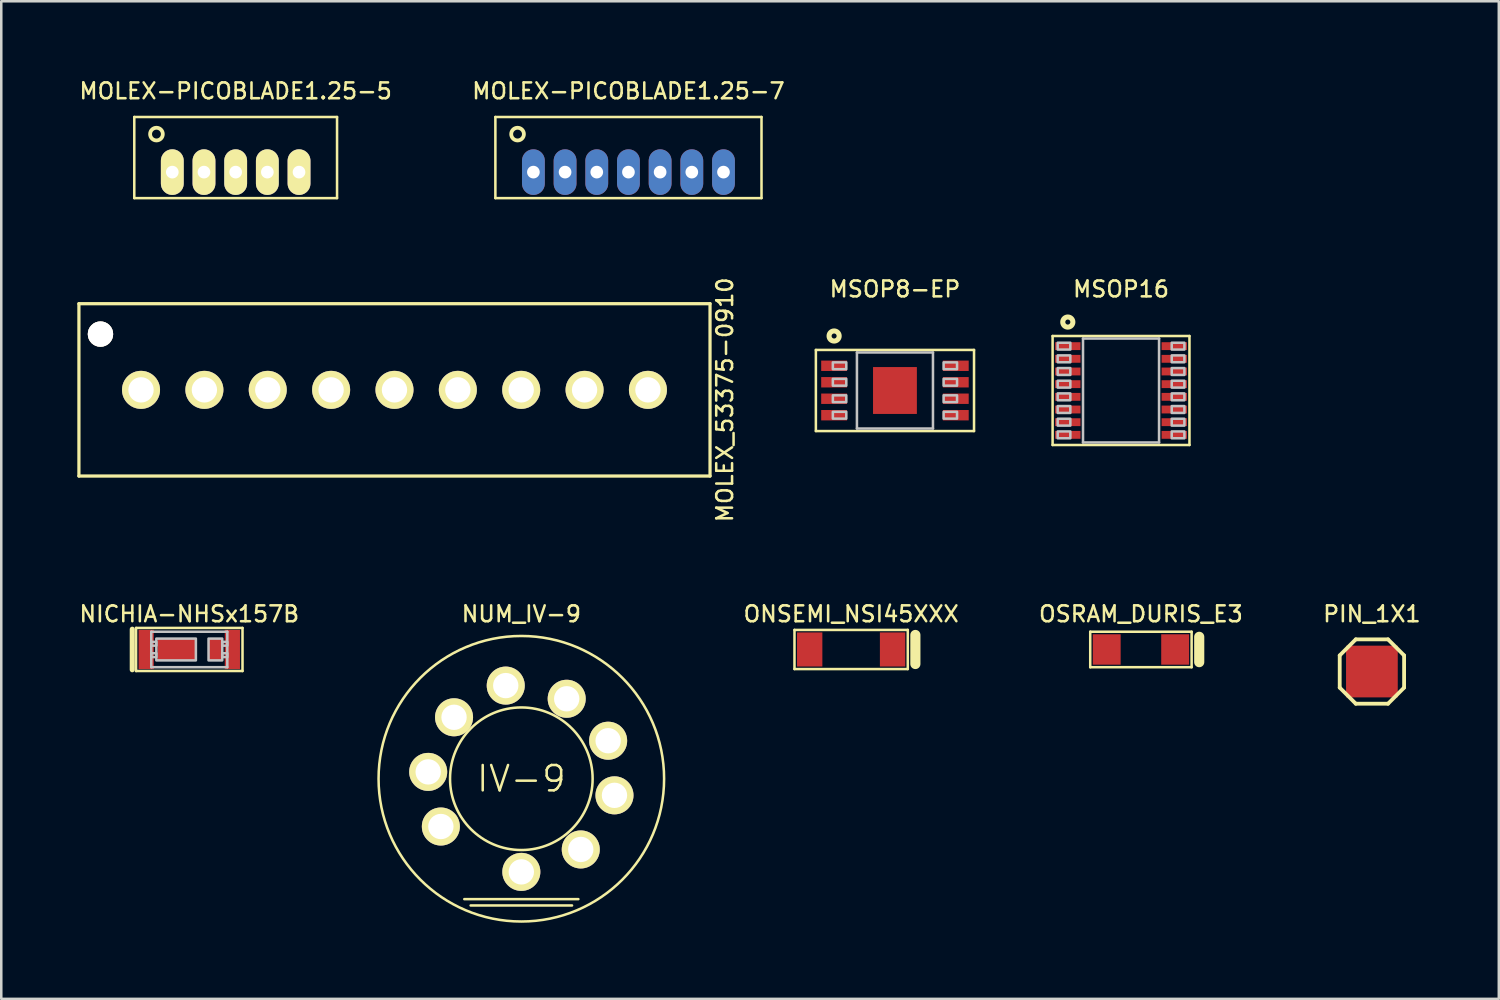
<source format=kicad_pcb>
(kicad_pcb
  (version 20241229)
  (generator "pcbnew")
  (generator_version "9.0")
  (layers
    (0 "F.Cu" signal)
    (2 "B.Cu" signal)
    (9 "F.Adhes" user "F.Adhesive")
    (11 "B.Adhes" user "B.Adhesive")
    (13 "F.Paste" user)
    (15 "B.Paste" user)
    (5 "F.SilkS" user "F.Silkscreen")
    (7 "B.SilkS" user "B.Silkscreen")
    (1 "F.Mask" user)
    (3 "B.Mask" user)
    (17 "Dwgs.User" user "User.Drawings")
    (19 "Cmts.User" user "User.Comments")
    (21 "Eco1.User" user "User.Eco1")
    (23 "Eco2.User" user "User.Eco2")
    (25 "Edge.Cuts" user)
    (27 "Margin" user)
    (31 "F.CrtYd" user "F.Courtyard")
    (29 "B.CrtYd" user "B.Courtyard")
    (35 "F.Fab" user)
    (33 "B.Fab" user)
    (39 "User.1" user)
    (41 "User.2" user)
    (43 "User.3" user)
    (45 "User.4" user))
  (footprint "NUM_IV-9"
    (layer "F.Cu")
    (at 17.519 27.675)
    (property "Reference" "NUM_IV-9" (at 0 -6.5 0) (layer "F.SilkS") (effects (font (size 0.625 0.625) (thickness 0.1))))
    (attr through_hole)
    (fp_line (start -2.25 4.75) (end 2.25 4.75) (stroke (width 0.1) (type solid)) (layer "F.SilkS"))
    (fp_line (start -2 5) (end 2 5) (stroke (width 0.1) (type solid)) (layer "F.SilkS"))
    (fp_circle (center 0 0) (end 1.989 1.989) (stroke (width 0.1) (type solid)) (fill no) (layer "F.SilkS"))
    (fp_circle (center 0 0) (end 3.983 3.983) (stroke (width 0.1) (type solid)) (fill no) (layer "F.SilkS"))
    (fp_text user "IV-9" (at 0 0 0) (layer "F.SilkS") (effects (font (size 1 1) (thickness 0.1))))
    (pad "1" thru_hole circle (at 0 3.675) (size 1.5 1.5) (drill 1) (layers "*.Cu" "*.Mask" "F.SilkS"))
    (pad "2" thru_hole circle (at 2.345 2.79) (size 1.5 1.5) (drill 1) (layers "*.Cu" "*.Mask" "F.SilkS"))
    (pad "3" thru_hole circle (at 3.675 0.655) (size 1.5 1.5) (drill 1) (layers "*.Cu" "*.Mask" "F.SilkS"))
    (pad "4" thru_hole circle (at 3.425 -1.5) (size 1.5 1.5) (drill 1) (layers "*.Cu" "*.Mask" "F.SilkS"))
    (pad "5" thru_hole circle (at 1.79 -3.155) (size 1.5 1.5) (drill 1) (layers "*.Cu" "*.Mask" "F.SilkS"))
    (pad "6" thru_hole circle (at -0.615 -3.675) (size 1.5 1.5) (drill 1) (layers "*.Cu" "*.Mask" "F.SilkS"))
    (pad "7" thru_hole circle (at -2.655 -2.425) (size 1.5 1.5) (drill 1) (layers "*.Cu" "*.Mask" "F.SilkS"))
    (pad "8" thru_hole circle (at -3.675 -0.27) (size 1.5 1.5) (drill 1) (layers "*.Cu" "*.Mask" "F.SilkS"))
    (pad "9" thru_hole circle (at -3.175 1.885) (size 1.5 1.5) (drill 1) (layers "*.Cu" "*.Mask" "F.SilkS")))
  (footprint "MSOP8-EP"
    (layer "F.Cu")
    (at 32.26 12.357)
    (property "Reference" "MSOP8-EP" (at 0 -4 0) (layer "F.SilkS") (effects (font (size 0.625 0.625) (thickness 0.1))))
    (attr through_hole)
    (fp_line (start -3.12 -1.6) (end -3.12 1.6) (stroke (width 0.1) (type solid)) (layer "F.SilkS"))
    (fp_line (start -3.12 1.6) (end 3.12 1.6) (stroke (width 0.1) (type solid)) (layer "F.SilkS"))
    (fp_line (start 3.12 -1.6) (end -3.12 -1.6) (stroke (width 0.1) (type solid)) (layer "F.SilkS"))
    (fp_line (start 3.12 1.6) (end 3.12 -1.6) (stroke (width 0.1) (type solid)) (layer "F.SilkS"))
    (fp_circle (center -2.4 -2.15) (end -2.259 -2.009) (stroke (width 0.2) (type solid)) (fill no) (layer "F.SilkS"))
    (fp_line (start -1.5 -1.5) (end -1.5 1.5) (stroke (width 0.1) (type solid)) (layer "Dwgs.User"))
    (fp_line (start -1.5 1.5) (end 1.5 1.5) (stroke (width 0.1) (type solid)) (layer "Dwgs.User"))
    (fp_line (start 1.5 -1.5) (end -1.5 -1.5) (stroke (width 0.1) (type solid)) (layer "Dwgs.User"))
    (fp_line (start 1.5 1.5) (end 1.5 -1.5) (stroke (width 0.1) (type solid)) (layer "Dwgs.User"))
    (fp_poly (pts (xy -2.45 -1.11) (xy -2.45 -0.84) (xy -1.92 -0.84) (xy -1.92 -1.11) (xy -2.45 -1.11)) (stroke (width 0.1) (type solid)) (fill no) (layer "Dwgs.User"))
    (fp_poly (pts (xy -2.45 -0.46) (xy -2.45 -0.19) (xy -1.92 -0.19) (xy -1.92 -0.46) (xy -2.45 -0.46)) (stroke (width 0.1) (type solid)) (fill no) (layer "Dwgs.User"))
    (fp_poly (pts (xy -2.45 0.19) (xy -2.45 0.46) (xy -1.92 0.46) (xy -1.92 0.19) (xy -2.45 0.19)) (stroke (width 0.1) (type solid)) (fill no) (layer "Dwgs.User"))
    (fp_poly (pts (xy -2.45 0.84) (xy -2.45 1.11) (xy -1.92 1.11) (xy -1.92 0.84) (xy -2.45 0.84)) (stroke (width 0.1) (type solid)) (fill no) (layer "Dwgs.User"))
    (fp_poly (pts (xy 1.92 -1.11) (xy 1.92 -0.84) (xy 2.45 -0.84) (xy 2.45 -1.11) (xy 1.92 -1.11)) (stroke (width 0.1) (type solid)) (fill no) (layer "Dwgs.User"))
    (fp_poly (pts (xy 1.92 -0.46) (xy 1.92 -0.19) (xy 2.45 -0.19) (xy 2.45 -0.46) (xy 1.92 -0.46)) (stroke (width 0.1) (type solid)) (fill no) (layer "Dwgs.User"))
    (fp_poly (pts (xy 1.92 0.19) (xy 1.92 0.46) (xy 2.45 0.46) (xy 2.45 0.19) (xy 1.92 0.19)) (stroke (width 0.1) (type solid)) (fill no) (layer "Dwgs.User"))
    (fp_poly (pts (xy 1.92 0.84) (xy 1.92 1.11) (xy 2.45 1.11) (xy 2.45 0.84) (xy 1.92 0.84)) (stroke (width 0.1) (type solid)) (fill no) (layer "Dwgs.User"))
    (pad "1" smd rect (at -2.4 -0.975 180) (size 1.02 0.41) (layers "F.Cu" "F.Mask" "F.Paste"))
    (pad "2" smd rect (at -2.4 -0.325 180) (size 1.02 0.41) (layers "F.Cu" "F.Mask" "F.Paste"))
    (pad "3" smd rect (at -2.4 0.325 180) (size 1.02 0.41) (layers "F.Cu" "F.Mask" "F.Paste"))
    (pad "4" smd rect (at -2.4 0.975 180) (size 1.02 0.41) (layers "F.Cu" "F.Mask" "F.Paste"))
    (pad "5" smd rect (at 2.4 0.975) (size 1.02 0.41) (layers "F.Cu" "F.Mask" "F.Paste"))
    (pad "6" smd rect (at 2.4 0.325) (size 1.02 0.41) (layers "F.Cu" "F.Mask" "F.Paste"))
    (pad "7" smd rect (at 2.4 -0.325) (size 1.02 0.41) (layers "F.Cu" "F.Mask" "F.Paste"))
    (pad "8" smd rect (at 2.4 -0.975) (size 1.02 0.41) (layers "F.Cu" "F.Mask" "F.Paste"))
    (pad "9" smd rect (at 0 0) (size 1.73 1.85) (layers "F.Cu" "F.Mask" "F.Paste")))
  (footprint "MOLEX-PICOBLADE1.25-5"
    (layer "F.Cu")
    (at 6.248 3.741)
    (property "Reference" "MOLEX-PICOBLADE1.25-5" (at 0 -3.2 0) (layer "F.SilkS") (effects (font (size 0.625 0.625) (thickness 0.1))))
    (attr through_hole)
    (fp_line (start -4 -2.175) (end -4 1.025) (stroke (width 0.1) (type solid)) (layer "F.SilkS"))
    (fp_line (start -4 1.025) (end 4 1.025) (stroke (width 0.1) (type solid)) (layer "F.SilkS"))
    (fp_line (start 4 -2.175) (end -4 -2.175) (stroke (width 0.1) (type solid)) (layer "F.SilkS"))
    (fp_line (start 4 1.025) (end 4 -2.175) (stroke (width 0.1) (type solid)) (layer "F.SilkS"))
    (fp_circle (center -3.125 -1.5) (end -2.948 -1.323) (stroke (width 0.15) (type solid)) (fill no) (layer "F.SilkS"))
    (pad "1" thru_hole oval (at -2.5 0 90) (size 1.8 0.9) (drill 0.5) (layers "*.Cu" "*.Mask" "F.SilkS"))
    (pad "2" thru_hole oval (at -1.25 0 90) (size 1.8 0.9) (drill 0.5) (layers "*.Cu" "*.Mask" "F.SilkS"))
    (pad "3" thru_hole oval (at 0 0 90) (size 1.8 0.9) (drill 0.5) (layers "*.Cu" "*.Mask" "F.SilkS"))
    (pad "4" thru_hole oval (at 1.25 0 90) (size 1.8 0.9) (drill 0.5) (layers "*.Cu" "*.Mask" "F.SilkS"))
    (pad "5" thru_hole oval (at 2.5 0 90) (size 1.8 0.9) (drill 0.5) (layers "*.Cu" "*.Mask" "F.SilkS")))
  (footprint "PIN_1X1"
    (layer "F.Cu")
    (at 51.078 23.445)
    (property "Reference" "PIN_1X1" (at 0 -2.27 0) (layer "F.SilkS") (effects (font (size 0.625 0.625) (thickness 0.1))))
    (attr through_hole)
    (fp_line (start -1.27 -0.635) (end -1.27 0.635) (stroke (width 0.15) (type solid)) (layer "F.SilkS"))
    (fp_line (start -1.27 0.635) (end -0.635 1.27) (stroke (width 0.15) (type solid)) (layer "F.SilkS"))
    (fp_line (start -0.635 -1.27) (end -1.27 -0.635) (stroke (width 0.15) (type solid)) (layer "F.SilkS"))
    (fp_line (start -0.635 1.27) (end 0.635 1.27) (stroke (width 0.15) (type solid)) (layer "F.SilkS"))
    (fp_line (start 0.635 -1.27) (end -0.635 -1.27) (stroke (width 0.15) (type solid)) (layer "F.SilkS"))
    (fp_line (start 0.635 1.27) (end 1.27 0.635) (stroke (width 0.15) (type solid)) (layer "F.SilkS"))
    (fp_line (start 1.27 -0.635) (end 0.635 -1.27) (stroke (width 0.15) (type solid)) (layer "F.SilkS"))
    (fp_line (start 1.27 0.635) (end 1.27 -0.635) (stroke (width 0.15) (type solid)) (layer "F.SilkS"))
    (pad "1" smd rect (at 0 0) (size 2.04 2.04) (layers "F.Cu" "F.Mask" "F.Paste")))
  (footprint "MOLEX-PICOBLADE1.25-7"
    (layer "F.Cu")
    (at 21.745 3.741)
    (property "Reference" "MOLEX-PICOBLADE1.25-7" (at 0 -3.2 0) (layer "F.SilkS") (effects (font (size 0.625 0.625) (thickness 0.1))))
    (attr through_hole)
    (fp_line (start -5.25 -2.175) (end -5.25 1.025) (stroke (width 0.1) (type solid)) (layer "F.SilkS"))
    (fp_line (start -5.25 1.025) (end 5.25 1.025) (stroke (width 0.1) (type solid)) (layer "F.SilkS"))
    (fp_line (start 5.25 -2.175) (end -5.25 -2.175) (stroke (width 0.1) (type solid)) (layer "F.SilkS"))
    (fp_line (start 5.25 1.025) (end 5.25 -2.175) (stroke (width 0.1) (type solid)) (layer "F.SilkS"))
    (fp_circle (center -4.375 -1.5) (end -4.198 -1.323) (stroke (width 0.15) (type solid)) (fill no) (layer "F.SilkS"))
    (pad "1" thru_hole oval (at -3.75 0 90) (size 1.8 0.9) (drill 0.5) (layers "*.Cu" "*.Mask"))
    (pad "2" thru_hole oval (at -2.5 0 90) (size 1.8 0.9) (drill 0.5) (layers "*.Cu" "*.Mask"))
    (pad "3" thru_hole oval (at -1.25 0 90) (size 1.8 0.9) (drill 0.5) (layers "*.Cu" "*.Mask"))
    (pad "4" thru_hole oval (at 0 0 90) (size 1.8 0.9) (drill 0.5) (layers "*.Cu" "*.Mask"))
    (pad "5" thru_hole oval (at 1.25 0 90) (size 1.8 0.9) (drill 0.5) (layers "*.Cu" "*.Mask"))
    (pad "6" thru_hole oval (at 2.5 0 90) (size 1.8 0.9) (drill 0.5) (layers "*.Cu" "*.Mask"))
    (pad "7" thru_hole oval (at 3.75 0 90) (size 1.8 0.9) (drill 0.5) (layers "*.Cu" "*.Mask")))
  (footprint "MOLEX_53375-0910"
    (layer "F.Cu")
    (at 12.514 12.332)
    (property "Reference" "MOLEX_53375-0910" (at 13.035 0.393 90) (layer "F.SilkS") (effects (font (size 0.625 0.625) (thickness 0.1))))
    (attr through_hole)
    (fp_line (start -12.45 -3.4) (end 12.45 -3.4) (stroke (width 0.127) (type solid)) (layer "F.SilkS"))
    (fp_line (start -12.45 3.4) (end -12.45 -3.4) (stroke (width 0.127) (type solid)) (layer "F.SilkS"))
    (fp_line (start 12.45 -3.4) (end 12.45 3.4) (stroke (width 0.127) (type solid)) (layer "F.SilkS"))
    (fp_line (start 12.45 3.4) (end -12.45 3.4) (stroke (width 0.127) (type solid)) (layer "F.SilkS"))
    (pad "1" thru_hole circle (at -10 0) (size 1.5 1.5) (drill 1) (layers "*.Cu" "*.Mask" "F.SilkS"))
    (pad "2" thru_hole circle (at -7.5 0) (size 1.5 1.5) (drill 1) (layers "*.Cu" "*.Mask" "F.SilkS"))
    (pad "3" thru_hole circle (at -5 0) (size 1.5 1.5) (drill 1) (layers "*.Cu" "*.Mask" "F.SilkS"))
    (pad "4" thru_hole circle (at -2.5 0) (size 1.5 1.5) (drill 1) (layers "*.Cu" "*.Mask" "F.SilkS"))
    (pad "5" thru_hole circle (at 0 0) (size 1.5 1.5) (drill 1) (layers "*.Cu" "*.Mask" "F.SilkS"))
    (pad "6" thru_hole circle (at 2.5 0) (size 1.5 1.5) (drill 1) (layers "*.Cu" "*.Mask" "F.SilkS"))
    (pad "7" thru_hole circle (at 5 0) (size 1.5 1.5) (drill 1) (layers "*.Cu" "*.Mask" "F.SilkS"))
    (pad "8" thru_hole circle (at 7.5 0) (size 1.5 1.5) (drill 1) (layers "*.Cu" "*.Mask" "F.SilkS"))
    (pad "9" thru_hole circle (at 10 0) (size 1.5 1.5) (drill 1) (layers "*.Cu" "*.Mask" "F.SilkS"))
    (pad "10" thru_hole circle (at -11.6 -2.2) (size 1 1) (drill 1) (layers "*.Cu" "*.Mask" "F.SilkS")))
  (footprint "NICHIA-NHSx157B"
    (layer "F.Cu")
    (at 4.418 22.575)
    (property "Reference" "NICHIA-NHSx157B" (at 0 -1.4 0) (layer "F.SilkS") (effects (font (size 0.625 0.625) (thickness 0.1))))
    (attr through_hole)
    (fp_poly (pts (xy -1.7 -0.5) (xy -1.7 0.5) (xy -0.7 0.5) (xy -0.7 -0.5) (xy -1.7 -0.5)) (stroke (width 0) (type solid)) (fill yes) (layer "F.Mask"))
    (fp_poly (pts (xy 0.8 -0.5) (xy 0.8 0.5) (xy 1.8 0.5) (xy 1.8 -0.5) (xy 0.8 -0.5)) (stroke (width 0) (type solid)) (fill yes) (layer "F.Mask"))
    (fp_line (start -2.25 0.8) (end -2.25 -0.8) (stroke (width 0.2) (type solid)) (layer "F.SilkS"))
    (fp_line (start -2.1 -0.85) (end -2.1 0.85) (stroke (width 0.1) (type solid)) (layer "F.SilkS"))
    (fp_line (start -2.1 0.85) (end 2.1 0.85) (stroke (width 0.1) (type solid)) (layer "F.SilkS"))
    (fp_line (start 2.1 -0.85) (end -2.1 -0.85) (stroke (width 0.1) (type solid)) (layer "F.SilkS"))
    (fp_line (start 2.1 0.85) (end 2.1 -0.85) (stroke (width 0.1) (type solid)) (layer "F.SilkS"))
    (fp_line (start -1.5 -0.7) (end -1.5 0.7) (stroke (width 0.1) (type solid)) (layer "Dwgs.User"))
    (fp_line (start -1.5 -0.7) (end 1.5 -0.7) (stroke (width 0.1) (type solid)) (layer "Dwgs.User"))
    (fp_line (start -1.5 0.7) (end 1.5 0.7) (stroke (width 0.1) (type solid)) (layer "Dwgs.User"))
    (fp_line (start 1.5 -0.7) (end 1.5 0.7) (stroke (width 0.1) (type solid)) (layer "Dwgs.User"))
    (fp_poly (pts (xy -1.5 -0.3) (xy -1.5 -0.15) (xy -1.3 -0.15) (xy -1.3 -0.3) (xy -1.5 -0.3)) (stroke (width 0.1) (type solid)) (fill no) (layer "Dwgs.User"))
    (fp_poly (pts (xy -1.5 0.15) (xy -1.5 0.3) (xy -1.3 0.3) (xy -1.3 0.15) (xy -1.5 0.15)) (stroke (width 0.1) (type solid)) (fill no) (layer "Dwgs.User"))
    (fp_poly (pts (xy -1.3 -0.43) (xy -1.3 0.43) (xy 0.26 0.43) (xy 0.26 -0.43) (xy -1.3 -0.43)) (stroke (width 0.1) (type solid)) (fill no) (layer "Dwgs.User"))
    (fp_poly (pts (xy 0.76 -0.43) (xy 0.76 0.43) (xy 1.3 0.43) (xy 1.3 -0.43) (xy 0.76 -0.43)) (stroke (width 0.1) (type solid)) (fill no) (layer "Dwgs.User"))
    (fp_poly (pts (xy 1.3 -0.3) (xy 1.3 -0.15) (xy 1.5 -0.15) (xy 1.5 -0.3) (xy 1.3 -0.3)) (stroke (width 0.1) (type solid)) (fill no) (layer "Dwgs.User"))
    (fp_poly (pts (xy 1.3 0.15) (xy 1.3 0.3) (xy 1.5 0.3) (xy 1.5 0.15) (xy 1.3 0.15)) (stroke (width 0.1) (type solid)) (fill no) (layer "Dwgs.User"))
    (pad "1" smd rect (at 1.005 0) (size 0.49 0.86) (layers "F.Cu" "F.Mask" "F.Paste"))
    (pad "2" smd rect (at -0.495 0) (size 1.51 0.86) (layers "F.Cu" "F.Mask" "F.Paste"))
    (pad "3" smd rect (at 1.7 0) (size 0.6 1.55) (layers "F.Cu" "F.Mask" "F.Paste"))
    (pad "4" smd rect (at -1.7 0) (size 0.6 1.55) (layers "F.Cu" "F.Mask" "F.Paste")))
  (footprint "ONSEMI_NSI45XXX"
    (layer "F.Cu")
    (at 30.531 22.575)
    (property "Reference" "ONSEMI_NSI45XXX" (at 0 -1.4 0) (layer "F.SilkS") (effects (font (size 0.625 0.625) (thickness 0.1))))
    (attr through_hole)
    (fp_line (start -2.235 -0.772) (end -2.235 0.772) (stroke (width 0.1) (type solid)) (layer "F.SilkS"))
    (fp_line (start -2.235 0.772) (end 2.235 0.772) (stroke (width 0.1) (type solid)) (layer "F.SilkS"))
    (fp_line (start 2.235 -0.772) (end -2.235 -0.772) (stroke (width 0.1) (type solid)) (layer "F.SilkS"))
    (fp_line (start 2.235 0.772) (end 2.235 -0.772) (stroke (width 0.1) (type solid)) (layer "F.SilkS"))
    (fp_line (start 2.535 0.573) (end 2.535 -0.573) (stroke (width 0.4) (type solid)) (layer "F.SilkS"))
    (pad "1" smd rect (at -1.635 0) (size 1 1.345) (layers "F.Cu" "F.Mask" "F.Paste"))
    (pad "2" smd rect (at 1.635 0) (size 1 1.345) (layers "F.Cu" "F.Mask" "F.Paste")))
  (footprint "MSOP16"
    (layer "F.Cu")
    (at 41.18 12.357)
    (property "Reference" "MSOP16" (at 0 -4 0) (layer "F.SilkS") (effects (font (size 0.625 0.625) (thickness 0.1))))
    (attr through_hole)
    (fp_line (start -2.7 -2.15) (end -2.7 2.15) (stroke (width 0.1) (type solid)) (layer "F.SilkS"))
    (fp_line (start -2.7 2.15) (end 2.7 2.15) (stroke (width 0.1) (type solid)) (layer "F.SilkS"))
    (fp_line (start 2.7 -2.15) (end -2.7 -2.15) (stroke (width 0.1) (type solid)) (layer "F.SilkS"))
    (fp_line (start 2.7 2.15) (end 2.7 -2.15) (stroke (width 0.1) (type solid)) (layer "F.SilkS"))
    (fp_circle (center -2.1 -2.7) (end -1.959 -2.559) (stroke (width 0.2) (type solid)) (fill no) (layer "F.SilkS"))
    (fp_line (start -1.5 -2.05) (end -1.5 2.05) (stroke (width 0.1) (type solid)) (layer "Dwgs.User"))
    (fp_line (start -1.5 2.05) (end 1.5 2.05) (stroke (width 0.1) (type solid)) (layer "Dwgs.User"))
    (fp_line (start 1.5 -2.05) (end -1.5 -2.05) (stroke (width 0.1) (type solid)) (layer "Dwgs.User"))
    (fp_line (start 1.5 2.05) (end 1.5 -2.05) (stroke (width 0.1) (type solid)) (layer "Dwgs.User"))
    (fp_poly (pts (xy -2.5 -1.885) (xy -2.5 -1.615) (xy -2 -1.615) (xy -2 -1.885) (xy -2.5 -1.885)) (stroke (width 0.1) (type solid)) (fill no) (layer "Dwgs.User"))
    (fp_poly (pts (xy -2.5 -1.385) (xy -2.5 -1.115) (xy -2 -1.115) (xy -2 -1.385) (xy -2.5 -1.385)) (stroke (width 0.1) (type solid)) (fill no) (layer "Dwgs.User"))
    (fp_poly (pts (xy -2.5 -0.885) (xy -2.5 -0.615) (xy -2 -0.615) (xy -2 -0.885) (xy -2.5 -0.885)) (stroke (width 0.1) (type solid)) (fill no) (layer "Dwgs.User"))
    (fp_poly (pts (xy -2.5 -0.385) (xy -2.5 -0.115) (xy -2 -0.115) (xy -2 -0.385) (xy -2.5 -0.385)) (stroke (width 0.1) (type solid)) (fill no) (layer "Dwgs.User"))
    (fp_poly (pts (xy -2.5 0.115) (xy -2.5 0.385) (xy -2 0.385) (xy -2 0.115) (xy -2.5 0.115)) (stroke (width 0.1) (type solid)) (fill no) (layer "Dwgs.User"))
    (fp_poly (pts (xy -2.5 0.615) (xy -2.5 0.885) (xy -2 0.885) (xy -2 0.615) (xy -2.5 0.615)) (stroke (width 0.1) (type solid)) (fill no) (layer "Dwgs.User"))
    (fp_poly (pts (xy -2.5 1.115) (xy -2.5 1.385) (xy -2 1.385) (xy -2 1.115) (xy -2.5 1.115)) (stroke (width 0.1) (type solid)) (fill no) (layer "Dwgs.User"))
    (fp_poly (pts (xy -2.5 1.615) (xy -2.5 1.885) (xy -2 1.885) (xy -2 1.615) (xy -2.5 1.615)) (stroke (width 0.1) (type solid)) (fill no) (layer "Dwgs.User"))
    (fp_poly (pts (xy 2 -1.885) (xy 2 -1.615) (xy 2.5 -1.615) (xy 2.5 -1.885) (xy 2 -1.885)) (stroke (width 0.1) (type solid)) (fill no) (layer "Dwgs.User"))
    (fp_poly (pts (xy 2 -1.385) (xy 2 -1.115) (xy 2.5 -1.115) (xy 2.5 -1.385) (xy 2 -1.385)) (stroke (width 0.1) (type solid)) (fill no) (layer "Dwgs.User"))
    (fp_poly (pts (xy 2 -0.885) (xy 2 -0.615) (xy 2.5 -0.615) (xy 2.5 -0.885) (xy 2 -0.885)) (stroke (width 0.1) (type solid)) (fill no) (layer "Dwgs.User"))
    (fp_poly (pts (xy 2 -0.385) (xy 2 -0.115) (xy 2.5 -0.115) (xy 2.5 -0.385) (xy 2 -0.385)) (stroke (width 0.1) (type solid)) (fill no) (layer "Dwgs.User"))
    (fp_poly (pts (xy 2 0.115) (xy 2 0.385) (xy 2.5 0.385) (xy 2.5 0.115) (xy 2 0.115)) (stroke (width 0.1) (type solid)) (fill no) (layer "Dwgs.User"))
    (fp_poly (pts (xy 2 0.615) (xy 2 0.885) (xy 2.5 0.885) (xy 2.5 0.615) (xy 2 0.615)) (stroke (width 0.1) (type solid)) (fill no) (layer "Dwgs.User"))
    (fp_poly (pts (xy 2 1.115) (xy 2 1.385) (xy 2.5 1.385) (xy 2.5 1.115) (xy 2 1.115)) (stroke (width 0.1) (type solid)) (fill no) (layer "Dwgs.User"))
    (fp_poly (pts (xy 2 1.615) (xy 2 1.885) (xy 2.5 1.885) (xy 2.5 1.615) (xy 2 1.615)) (stroke (width 0.1) (type solid)) (fill no) (layer "Dwgs.User"))
    (pad "1" smd rect (at -2.1 -1.75 180) (size 1 0.31) (layers "F.Cu" "F.Mask" "F.Paste"))
    (pad "2" smd rect (at -2.1 -1.25 180) (size 1 0.31) (layers "F.Cu" "F.Mask" "F.Paste"))
    (pad "3" smd rect (at -2.1 -0.75 180) (size 1 0.31) (layers "F.Cu" "F.Mask" "F.Paste"))
    (pad "4" smd rect (at -2.1 -0.25 180) (size 1 0.31) (layers "F.Cu" "F.Mask" "F.Paste"))
    (pad "5" smd rect (at -2.1 0.25 180) (size 1 0.31) (layers "F.Cu" "F.Mask" "F.Paste"))
    (pad "6" smd rect (at -2.1 0.75 180) (size 1 0.31) (layers "F.Cu" "F.Mask" "F.Paste"))
    (pad "7" smd rect (at -2.1 1.25 180) (size 1 0.31) (layers "F.Cu" "F.Mask" "F.Paste"))
    (pad "8" smd rect (at -2.1 1.75 180) (size 1 0.31) (layers "F.Cu" "F.Mask" "F.Paste"))
    (pad "9" smd rect (at 2.1 1.75) (size 1 0.31) (layers "F.Cu" "F.Mask" "F.Paste"))
    (pad "10" smd rect (at 2.1 1.25) (size 1 0.31) (layers "F.Cu" "F.Mask" "F.Paste"))
    (pad "11" smd rect (at 2.1 0.75) (size 1 0.31) (layers "F.Cu" "F.Mask" "F.Paste"))
    (pad "12" smd rect (at 2.1 0.25) (size 1 0.31) (layers "F.Cu" "F.Mask" "F.Paste"))
    (pad "13" smd rect (at 2.1 -0.25) (size 1 0.31) (layers "F.Cu" "F.Mask" "F.Paste"))
    (pad "14" smd rect (at 2.1 -0.75) (size 1 0.31) (layers "F.Cu" "F.Mask" "F.Paste"))
    (pad "15" smd rect (at 2.1 -1.25) (size 1 0.31) (layers "F.Cu" "F.Mask" "F.Paste"))
    (pad "16" smd rect (at 2.1 -1.75) (size 1 0.31) (layers "F.Cu" "F.Mask" "F.Paste")))
  (footprint "OSRAM_DURIS_E3"
    (layer "F.Cu")
    (at 41.965 22.575)
    (property "Reference" "OSRAM_DURIS_E3" (at 0 -1.4 0) (layer "F.SilkS") (effects (font (size 0.625 0.625) (thickness 0.1))))
    (attr through_hole)
    (fp_line (start -2 -0.7) (end -2 0.7) (stroke (width 0.1) (type solid)) (layer "F.SilkS"))
    (fp_line (start -2 0.7) (end 2 0.7) (stroke (width 0.1) (type solid)) (layer "F.SilkS"))
    (fp_line (start 2 -0.7) (end -2 -0.7) (stroke (width 0.1) (type solid)) (layer "F.SilkS"))
    (fp_line (start 2 0.7) (end 2 -0.7) (stroke (width 0.1) (type solid)) (layer "F.SilkS"))
    (fp_line (start 2.3 0.5) (end 2.3 -0.5) (stroke (width 0.4) (type solid)) (layer "F.SilkS"))
    (pad "1" smd rect (at -1.35 0) (size 1.1 1.2) (layers "F.Cu" "F.Mask" "F.Paste"))
    (pad "2" smd rect (at 1.35 0) (size 1.1 1.2) (layers "F.Cu" "F.Mask" "F.Paste")))
  (gr_rect
    (start -3 -3)
    (end 56.085 36.359)
    (stroke (width 0.1) (type default))
    (fill no)
    (layer "Edge.Cuts")))
</source>
